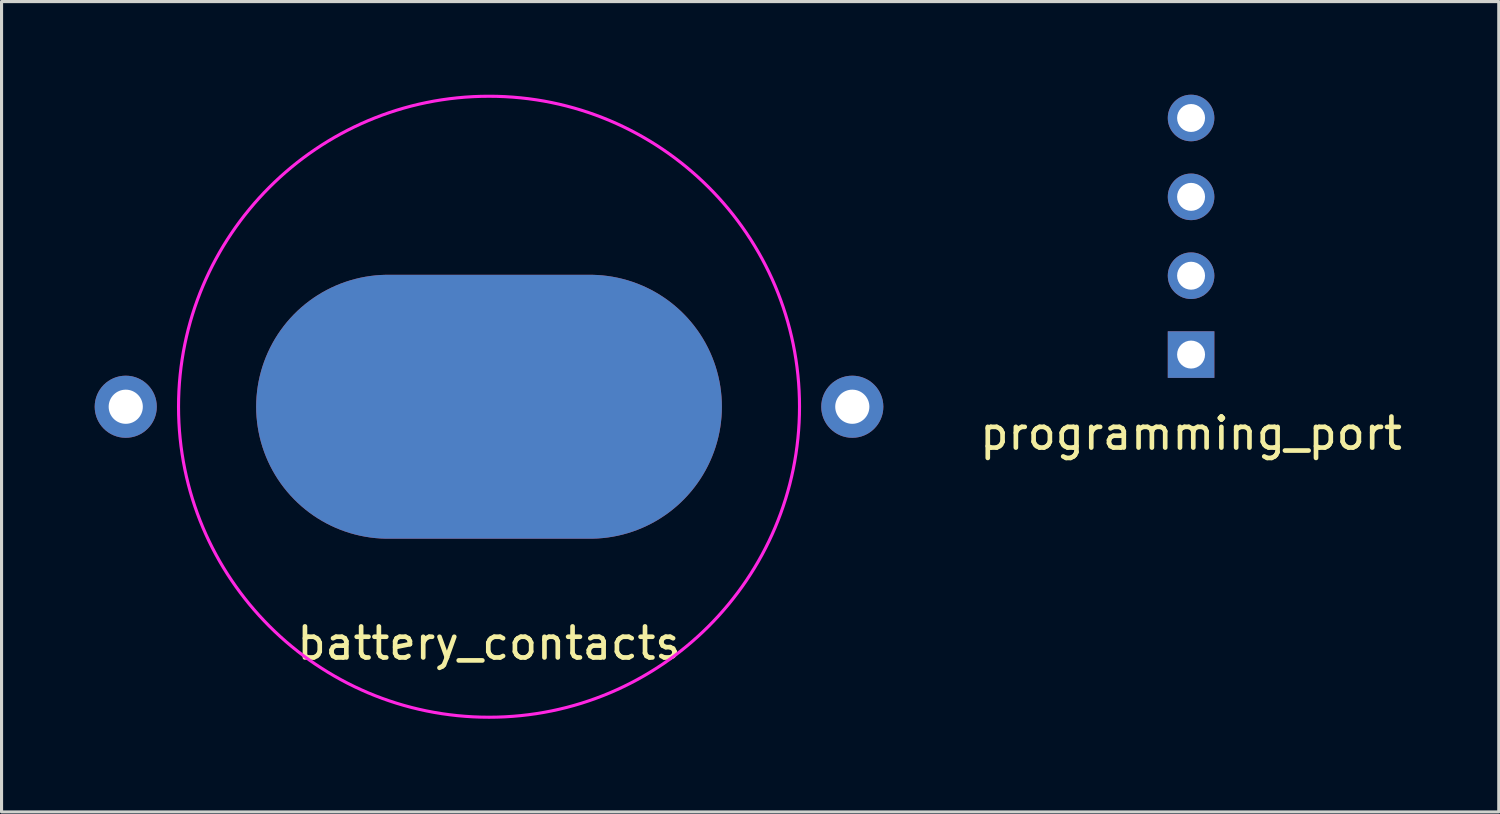
<source format=kicad_pcb>
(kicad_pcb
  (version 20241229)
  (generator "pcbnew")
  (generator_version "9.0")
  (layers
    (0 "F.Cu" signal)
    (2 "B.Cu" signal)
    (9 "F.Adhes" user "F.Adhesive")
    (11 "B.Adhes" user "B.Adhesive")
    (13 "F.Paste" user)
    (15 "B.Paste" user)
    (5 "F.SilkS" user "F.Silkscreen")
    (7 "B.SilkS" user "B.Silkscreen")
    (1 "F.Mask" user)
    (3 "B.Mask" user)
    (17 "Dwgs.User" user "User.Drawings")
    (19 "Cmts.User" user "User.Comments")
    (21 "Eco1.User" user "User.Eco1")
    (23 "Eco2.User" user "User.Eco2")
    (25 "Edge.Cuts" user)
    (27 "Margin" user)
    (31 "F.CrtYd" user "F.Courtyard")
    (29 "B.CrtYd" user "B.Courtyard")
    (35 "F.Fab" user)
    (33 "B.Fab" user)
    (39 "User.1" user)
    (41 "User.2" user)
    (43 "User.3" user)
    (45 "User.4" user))
  (footprint "battery_contacts"
    (layer "F.Cu")
    (at 12.7 10.05)
    (property "Reference" "battery_contacts" (at 0 7.62 0) (layer "F.SilkS") (effects (font (size 1 1) (thickness 0.15))))
    (attr through_hole)
    (fp_circle (center 0 0) (end 10 0) (stroke (width 0.1) (type solid)) (fill no) (layer "F.CrtYd"))
    (pad "1" thru_hole circle (at -11.7 0) (size 2 2) (drill 1.1) (layers "*.Cu" "*.Mask"))
    (pad "2" thru_hole circle (at 11.7 0) (size 2 2) (drill 1.1) (layers "*.Cu" "*.Mask"))
    (pad "GND_P" smd oval (at 0 0) (size 15 8.5) (layers "B.Cu" "B.Mask" "B.Paste"))
    (pad "VCC" smd oval (at 0 0) (size 15 8.5) (layers "F.Cu" "F.Mask" "F.Paste")))
  (footprint "programming_port"
    (layer "F.Cu")
    (at 35.311 8.37)
    (property "Reference" "programming_port" (at 0 2.54 0) (layer "F.SilkS") (effects (font (size 1 1) (thickness 0.15))))
    (attr through_hole)
    (pad "1" thru_hole rect (at 0 0 90) (size 1.5 1.5) (drill 0.9) (layers "*.Cu" "*.Paste" "*.Mask"))
    (pad "2" thru_hole circle (at 0 -2.54 90) (size 1.5 1.5) (drill 0.9) (layers "*.Cu" "*.Paste" "*.Mask"))
    (pad "3" thru_hole circle (at 0 -5.08 90) (size 1.5 1.5) (drill 0.9) (layers "*.Cu" "*.Paste" "*.Mask"))
    (pad "4" thru_hole circle (at 0 -7.62 90) (size 1.5 1.5) (drill 0.9) (layers "*.Cu" "*.Paste" "*.Mask")))
  (gr_rect
    (start -3 -3)
    (end 45.221 23.1)
    (stroke (width 0.1) (type default))
    (fill no)
    (layer "Edge.Cuts")))
</source>
